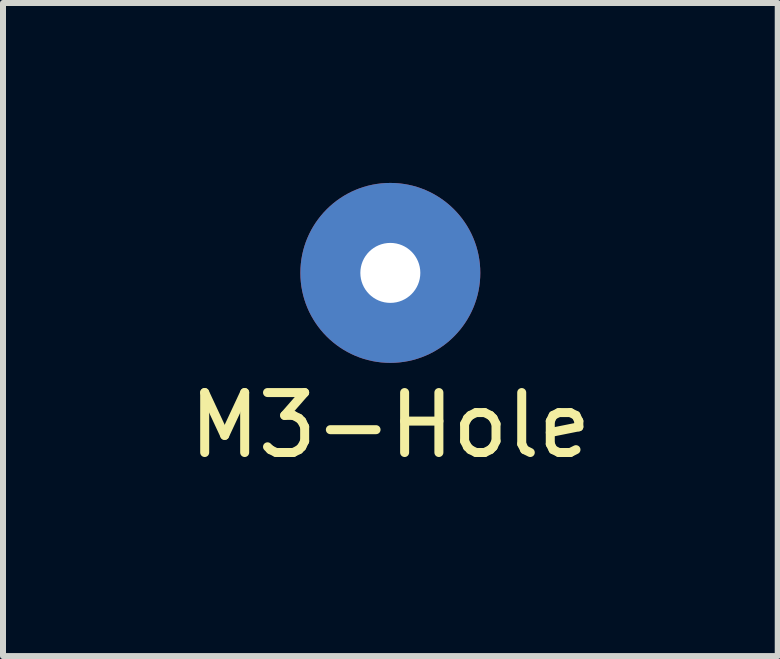
<source format=kicad_pcb>
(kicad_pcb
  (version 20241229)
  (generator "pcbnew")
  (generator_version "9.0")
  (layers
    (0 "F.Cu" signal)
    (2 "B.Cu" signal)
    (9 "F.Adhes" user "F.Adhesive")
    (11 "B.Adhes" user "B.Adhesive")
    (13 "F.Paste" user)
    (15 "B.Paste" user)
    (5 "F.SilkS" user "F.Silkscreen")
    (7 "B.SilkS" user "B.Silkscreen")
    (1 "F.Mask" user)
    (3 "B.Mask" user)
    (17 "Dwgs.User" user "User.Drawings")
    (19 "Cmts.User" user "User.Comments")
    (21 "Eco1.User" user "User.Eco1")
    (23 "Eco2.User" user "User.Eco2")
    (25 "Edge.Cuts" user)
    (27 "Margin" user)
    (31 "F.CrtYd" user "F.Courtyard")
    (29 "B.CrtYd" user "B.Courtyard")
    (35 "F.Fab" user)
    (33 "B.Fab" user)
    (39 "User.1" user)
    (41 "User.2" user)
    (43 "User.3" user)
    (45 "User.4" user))
  (footprint "M3-Hole"
    (layer "F.Cu")
    (at 3.458 1.5)
    (property "Reference" "M3-Hole" (at 0 2.54 0) (layer "F.SilkS") (effects (font (size 1 1) (thickness 0.15))))
    (attr through_hole)
    (pad "1" thru_hole circle (at 0 0) (size 3 3) (drill 1) (layers "*.Cu" "*.Mask")))
  (gr_rect
    (start -3 -3)
    (end 9.917 7.888)
    (stroke (width 0.1) (type default))
    (fill no)
    (layer "Edge.Cuts")))
</source>
